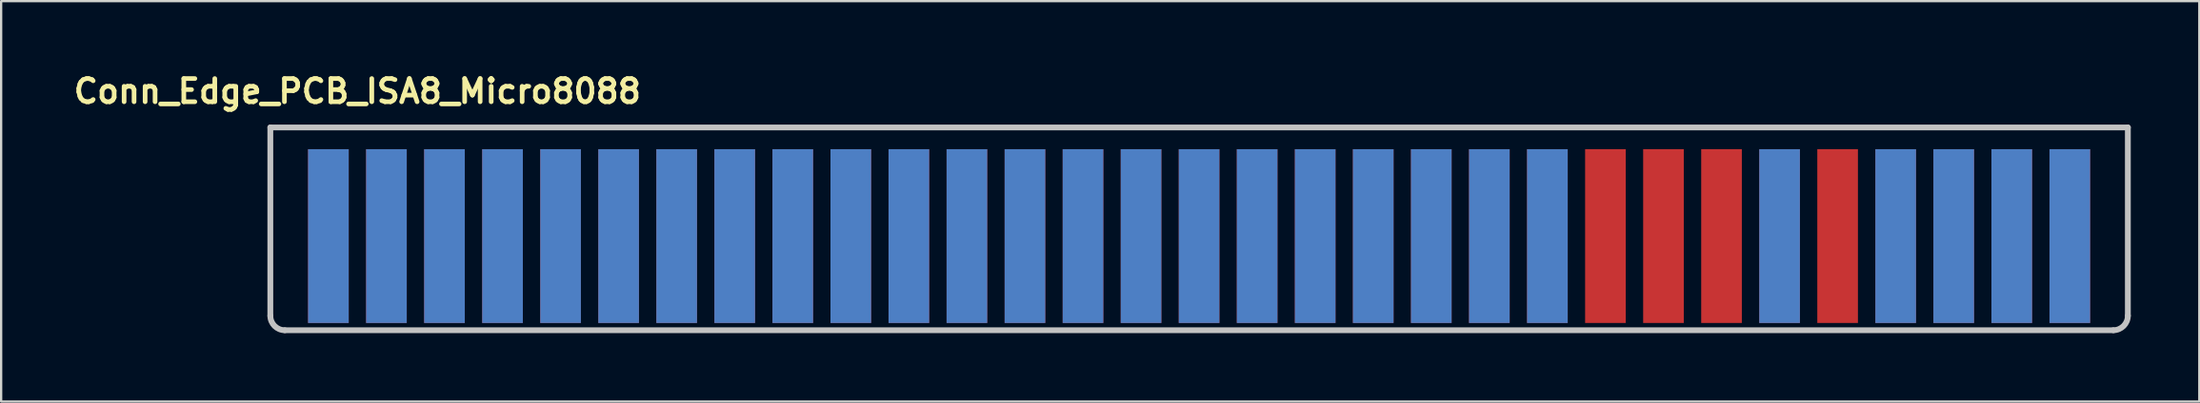
<source format=kicad_pcb>
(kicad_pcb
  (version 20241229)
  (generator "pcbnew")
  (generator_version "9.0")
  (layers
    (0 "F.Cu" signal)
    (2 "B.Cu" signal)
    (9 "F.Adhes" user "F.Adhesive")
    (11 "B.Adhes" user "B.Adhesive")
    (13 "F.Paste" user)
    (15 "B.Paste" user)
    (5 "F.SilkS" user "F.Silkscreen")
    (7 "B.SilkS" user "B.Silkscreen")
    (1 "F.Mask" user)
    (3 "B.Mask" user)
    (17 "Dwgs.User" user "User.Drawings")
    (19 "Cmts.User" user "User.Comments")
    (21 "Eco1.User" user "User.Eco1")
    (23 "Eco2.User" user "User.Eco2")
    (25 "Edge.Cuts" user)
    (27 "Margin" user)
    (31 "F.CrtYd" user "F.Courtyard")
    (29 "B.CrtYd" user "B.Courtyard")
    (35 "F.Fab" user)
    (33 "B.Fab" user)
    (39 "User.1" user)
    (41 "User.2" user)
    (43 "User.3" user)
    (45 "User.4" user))
  (footprint "Conn_Edge_PCB_ISA8_Micro8088"
    (layer "F.Cu")
    (at 49.419 7.301)
    (property "Reference" "Conn_Edge_PCB_ISA8_Micro8088" (at -36.83 -6.35 0) (layer "F.SilkS") (effects (font (size 1.016 1.016) (thickness 0.203))))
    (attr through_hole)
    (fp_line (start -40.64 3.493) (end -40.64 -4.763) (stroke (width 0.254) (type solid)) (layer "Dwgs.User"))
    (fp_line (start 40.005 4.128) (end -40.005 4.128) (stroke (width 0.254) (type solid)) (layer "Dwgs.User"))
    (fp_line (start 40.64 -4.763) (end -40.64 -4.763) (stroke (width 0.254) (type solid)) (layer "Dwgs.User"))
    (fp_line (start 40.64 3.493) (end 40.64 -4.763) (stroke (width 0.254) (type solid)) (layer "Dwgs.User"))
    (fp_arc (start -40.005 4.1275) (mid -40.454013 3.941513) (end -40.64 3.4925) (stroke (width 0.254) (type solid)) (layer "Dwgs.User"))
    (fp_arc (start 40.64 3.4925) (mid 40.454013 3.941513) (end 40.005 4.1275) (stroke (width 0.254) (type solid)) (layer "Dwgs.User"))
    (pad "1" connect rect (at 38.1 0) (size 1.778 7.62) (layers "B.Cu" "B.Mask"))
    (pad "2" connect rect (at 35.56 0) (size 1.778 7.62) (layers "B.Cu" "B.Mask"))
    (pad "3" connect rect (at 33.02 0) (size 1.778 7.62) (layers "B.Cu" "B.Mask"))
    (pad "4" connect rect (at 30.48 0) (size 1.778 7.62) (layers "B.Cu" "B.Mask"))
    (pad "6" connect rect (at 25.4 0) (size 1.778 7.62) (layers "B.Cu" "B.Mask"))
    (pad "10" connect rect (at 15.24 0) (size 1.778 7.62) (layers "B.Cu" "B.Mask"))
    (pad "11" connect rect (at 12.7 0) (size 1.778 7.62) (layers "B.Cu" "B.Mask"))
    (pad "12" connect rect (at 10.16 0) (size 1.778 7.62) (layers "B.Cu" "B.Mask"))
    (pad "13" connect rect (at 7.62 0) (size 1.778 7.62) (layers "B.Cu" "B.Mask"))
    (pad "14" connect rect (at 5.08 0) (size 1.778 7.62) (layers "B.Cu" "B.Mask"))
    (pad "15" connect rect (at 2.54 0) (size 1.778 7.62) (layers "B.Cu" "B.Mask"))
    (pad "16" connect rect (at 0 0) (size 1.778 7.62) (layers "B.Cu" "B.Mask"))
    (pad "17" connect rect (at -2.54 0) (size 1.778 7.62) (layers "B.Cu" "B.Mask"))
    (pad "18" connect rect (at -5.08 0) (size 1.778 7.62) (layers "B.Cu" "B.Mask"))
    (pad "19" connect rect (at -7.62 0) (size 1.778 7.62) (layers "B.Cu" "B.Mask"))
    (pad "20" connect rect (at -10.16 0) (size 1.778 7.62) (layers "B.Cu" "B.Mask"))
    (pad "21" connect rect (at -12.7 0) (size 1.778 7.62) (layers "B.Cu" "B.Mask"))
    (pad "22" connect rect (at -15.24 0) (size 1.778 7.62) (layers "B.Cu" "B.Mask"))
    (pad "23" connect rect (at -17.78 0) (size 1.778 7.62) (layers "B.Cu" "B.Mask"))
    (pad "24" connect rect (at -20.32 0) (size 1.778 7.62) (layers "B.Cu" "B.Mask"))
    (pad "25" connect rect (at -22.86 0) (size 1.778 7.62) (layers "B.Cu" "B.Mask"))
    (pad "26" connect rect (at -25.4 0) (size 1.778 7.62) (layers "B.Cu" "B.Mask"))
    (pad "27" connect rect (at -27.94 0) (size 1.778 7.62) (layers "B.Cu" "B.Mask"))
    (pad "28" connect rect (at -30.48 0) (size 1.778 7.62) (layers "B.Cu" "B.Mask"))
    (pad "29" connect rect (at -33.02 0) (size 1.778 7.62) (layers "B.Cu" "B.Mask"))
    (pad "30" connect rect (at -35.56 0) (size 1.778 7.62) (layers "B.Cu" "B.Mask"))
    (pad "31" connect rect (at -38.1 0) (size 1.778 7.62) (layers "B.Cu" "B.Mask"))
    (pad "32" connect rect (at 38.1 0) (size 1.778 7.62) (layers "F.Cu" "F.Mask"))
    (pad "33" connect rect (at 35.56 0) (size 1.778 7.62) (layers "F.Cu" "F.Mask"))
    (pad "34" connect rect (at 33.02 0) (size 1.778 7.62) (layers "F.Cu" "F.Mask"))
    (pad "35" connect rect (at 30.48 0) (size 1.778 7.62) (layers "F.Cu" "F.Mask"))
    (pad "36" connect rect (at 27.94 0) (size 1.778 7.62) (layers "F.Cu" "F.Mask"))
    (pad "37" connect rect (at 25.4 0) (size 1.778 7.62) (layers "F.Cu" "F.Mask"))
    (pad "38" connect rect (at 22.86 0) (size 1.778 7.62) (layers "F.Cu" "F.Mask"))
    (pad "39" connect rect (at 20.32 0) (size 1.778 7.62) (layers "F.Cu" "F.Mask"))
    (pad "40" connect rect (at 17.78 0) (size 1.778 7.62) (layers "F.Cu" "F.Mask"))
    (pad "41" connect rect (at 15.24 0) (size 1.778 7.62) (layers "F.Cu" "F.Mask"))
    (pad "42" connect rect (at 12.7 0) (size 1.778 7.62) (layers "F.Cu" "F.Mask"))
    (pad "43" connect rect (at 10.16 0) (size 1.778 7.62) (layers "F.Cu" "F.Mask"))
    (pad "44" connect rect (at 7.62 0) (size 1.778 7.62) (layers "F.Cu" "F.Mask"))
    (pad "45" connect rect (at 5.08 0) (size 1.778 7.62) (layers "F.Cu" "F.Mask"))
    (pad "46" connect rect (at 2.54 0) (size 1.778 7.62) (layers "F.Cu" "F.Mask"))
    (pad "47" connect rect (at 0 0) (size 1.778 7.62) (layers "F.Cu" "F.Mask"))
    (pad "48" connect rect (at -2.54 0) (size 1.778 7.62) (layers "F.Cu" "F.Mask"))
    (pad "49" connect rect (at -5.08 0) (size 1.778 7.62) (layers "F.Cu" "F.Mask"))
    (pad "50" connect rect (at -7.62 0) (size 1.778 7.62) (layers "F.Cu" "F.Mask"))
    (pad "51" connect rect (at -10.16 0) (size 1.778 7.62) (layers "F.Cu" "F.Mask"))
    (pad "52" connect rect (at -12.7 0) (size 1.778 7.62) (layers "F.Cu" "F.Mask"))
    (pad "53" connect rect (at -15.24 0) (size 1.778 7.62) (layers "F.Cu" "F.Mask"))
    (pad "54" connect rect (at -17.78 0) (size 1.778 7.62) (layers "F.Cu" "F.Mask"))
    (pad "55" connect rect (at -20.32 0) (size 1.778 7.62) (layers "F.Cu" "F.Mask"))
    (pad "56" connect rect (at -22.86 0) (size 1.778 7.62) (layers "F.Cu" "F.Mask"))
    (pad "57" connect rect (at -25.4 0) (size 1.778 7.62) (layers "F.Cu" "F.Mask"))
    (pad "58" connect rect (at -27.94 0) (size 1.778 7.62) (layers "F.Cu" "F.Mask"))
    (pad "59" connect rect (at -30.48 0) (size 1.778 7.62) (layers "F.Cu" "F.Mask"))
    (pad "60" connect rect (at -33.02 0) (size 1.778 7.62) (layers "F.Cu" "F.Mask"))
    (pad "61" connect rect (at -35.56 0) (size 1.778 7.62) (layers "F.Cu" "F.Mask"))
    (pad "62" connect rect (at -38.1 0) (size 1.778 7.62) (layers "F.Cu" "F.Mask")))
  (gr_rect
    (start -3 -3)
    (end 93.186 14.555)
    (stroke (width 0.1) (type default))
    (fill no)
    (layer "Edge.Cuts")))
</source>
